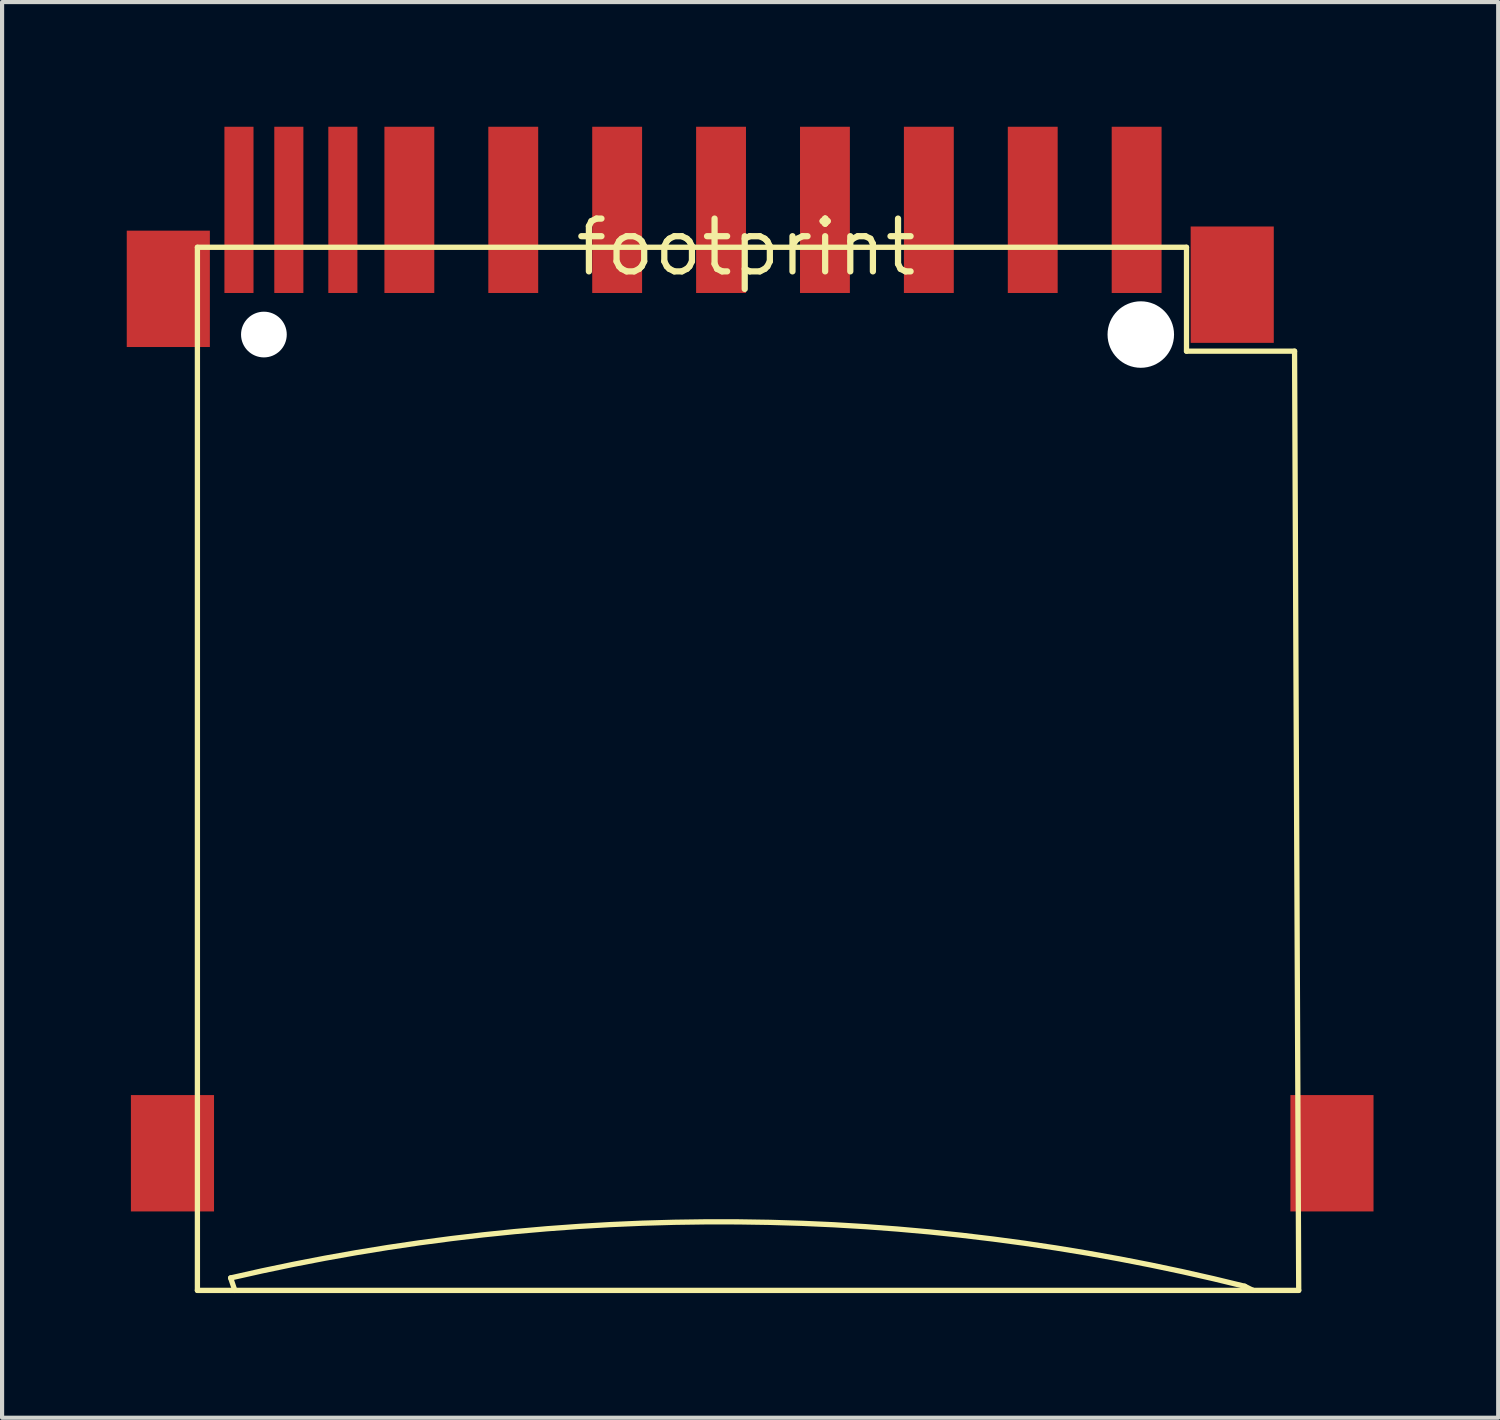
<source format=kicad_pcb>
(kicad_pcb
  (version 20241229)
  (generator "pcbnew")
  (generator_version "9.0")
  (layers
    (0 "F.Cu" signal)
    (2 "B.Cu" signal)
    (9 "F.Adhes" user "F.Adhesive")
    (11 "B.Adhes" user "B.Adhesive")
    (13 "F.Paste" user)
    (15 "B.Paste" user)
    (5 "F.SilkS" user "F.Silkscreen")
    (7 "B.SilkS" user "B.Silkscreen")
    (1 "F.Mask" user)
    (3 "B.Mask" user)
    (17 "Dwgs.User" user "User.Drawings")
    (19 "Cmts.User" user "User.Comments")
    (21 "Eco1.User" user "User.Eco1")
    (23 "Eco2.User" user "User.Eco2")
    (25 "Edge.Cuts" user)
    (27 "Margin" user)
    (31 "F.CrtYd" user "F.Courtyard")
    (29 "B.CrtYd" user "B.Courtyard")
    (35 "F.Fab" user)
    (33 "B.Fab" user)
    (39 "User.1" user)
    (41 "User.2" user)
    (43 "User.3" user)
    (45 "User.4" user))
  (footprint "footprint"
    (layer "F.Cu")
    (at 14.9 2.9)
    (property "Reference" "footprint" (at 0 0 0) (layer "F.SilkS") (effects (font (size 1.27 1.27) (thickness 0.15))))
    (fp_line (start -13.2 0) (end 10.6 0) (stroke (width 0.127) (type solid)) (layer "F.SilkS"))
    (fp_line (start -13.2 25.1) (end -13.2 0) (stroke (width 0.127) (type solid)) (layer "F.SilkS"))
    (fp_line (start -12.4 24.8) (end -12.3 25.1) (stroke (width 0.127) (type solid)) (layer "F.SilkS"))
    (fp_line (start -12.3 25.1) (end -13.2 25.1) (stroke (width 0.127) (type solid)) (layer "F.SilkS"))
    (fp_line (start 10.6 0) (end 10.6 2.5) (stroke (width 0.127) (type solid)) (layer "F.SilkS"))
    (fp_line (start 10.6 2.5) (end 13.2 2.5) (stroke (width 0.127) (type solid)) (layer "F.SilkS"))
    (fp_line (start 12 25) (end 12.2 25.1) (stroke (width 0.127) (type solid)) (layer "F.SilkS"))
    (fp_line (start 12.2 25.1) (end -12.3 25.1) (stroke (width 0.127) (type solid)) (layer "F.SilkS"))
    (fp_line (start 13.2 2.5) (end 13.3 25.1) (stroke (width 0.127) (type solid)) (layer "F.SilkS"))
    (fp_line (start 13.3 25.1) (end 12.2 25.1) (stroke (width 0.127) (type solid)) (layer "F.SilkS"))
    (fp_arc (start -12.4 24.8) (mid -0.188122 23.450859) (end 12 24.999999) (stroke (width 0.127) (type solid)) (layer "F.SilkS"))
    (pad "" np_thru_hole circle (at -11.6 2.1) (size 1.1 1.1) (drill 1.1) (layers "*.Cu" "*.Mask"))
    (pad "" np_thru_hole circle (at 9.5 2.1) (size 1.6 1.6) (drill 1.6) (layers "*.Cu" "*.Mask"))
    (pad "1" smd rect (at 6.9 -0.9 90) (size 4 1.2) (layers "F.Cu" "F.Mask" "F.Paste"))
    (pad "2" smd rect (at 4.4 -0.9 90) (size 4 1.2) (layers "F.Cu" "F.Mask" "F.Paste"))
    (pad "3" smd rect (at 1.9 -0.9 90) (size 4 1.2) (layers "F.Cu" "F.Mask" "F.Paste"))
    (pad "4" smd rect (at -0.6 -0.9 90) (size 4 1.2) (layers "F.Cu" "F.Mask" "F.Paste"))
    (pad "5" smd rect (at -3.1 -0.9 90) (size 4 1.2) (layers "F.Cu" "F.Mask" "F.Paste"))
    (pad "6" smd rect (at -5.6 -0.9 90) (size 4 1.2) (layers "F.Cu" "F.Mask" "F.Paste"))
    (pad "7" smd rect (at -8.1 -0.9 90) (size 4 1.2) (layers "F.Cu" "F.Mask" "F.Paste"))
    (pad "8" smd rect (at -9.7 -0.9 90) (size 4 0.7) (layers "F.Cu" "F.Mask" "F.Paste"))
    (pad "9" smd rect (at 9.4 -0.9 90) (size 4 1.2) (layers "F.Cu" "F.Mask" "F.Paste"))
    (pad "CD" smd rect (at -11 -0.9 90) (size 4 0.7) (layers "F.Cu" "F.Mask" "F.Paste"))
    (pad "GP" smd rect (at -13.8 21.8 90) (size 2.8 2) (layers "F.Cu" "F.Mask" "F.Paste"))
    (pad "GP2" smd rect (at 14.1 21.8 90) (size 2.8 2) (layers "F.Cu" "F.Mask" "F.Paste"))
    (pad "GP3" smd rect (at 11.7 0.9 90) (size 2.8 2) (layers "F.Cu" "F.Mask" "F.Paste"))
    (pad "GP4" smd rect (at -13.9 1 90) (size 2.8 2) (layers "F.Cu" "F.Mask" "F.Paste"))
    (pad "WP" smd rect (at -12.2 -0.9 90) (size 4 0.7) (layers "F.Cu" "F.Mask" "F.Paste")))
  (gr_rect
    (start -3 -3)
    (end 33 31.064)
    (stroke (width 0.1) (type default))
    (fill no)
    (layer "Edge.Cuts")))
</source>
